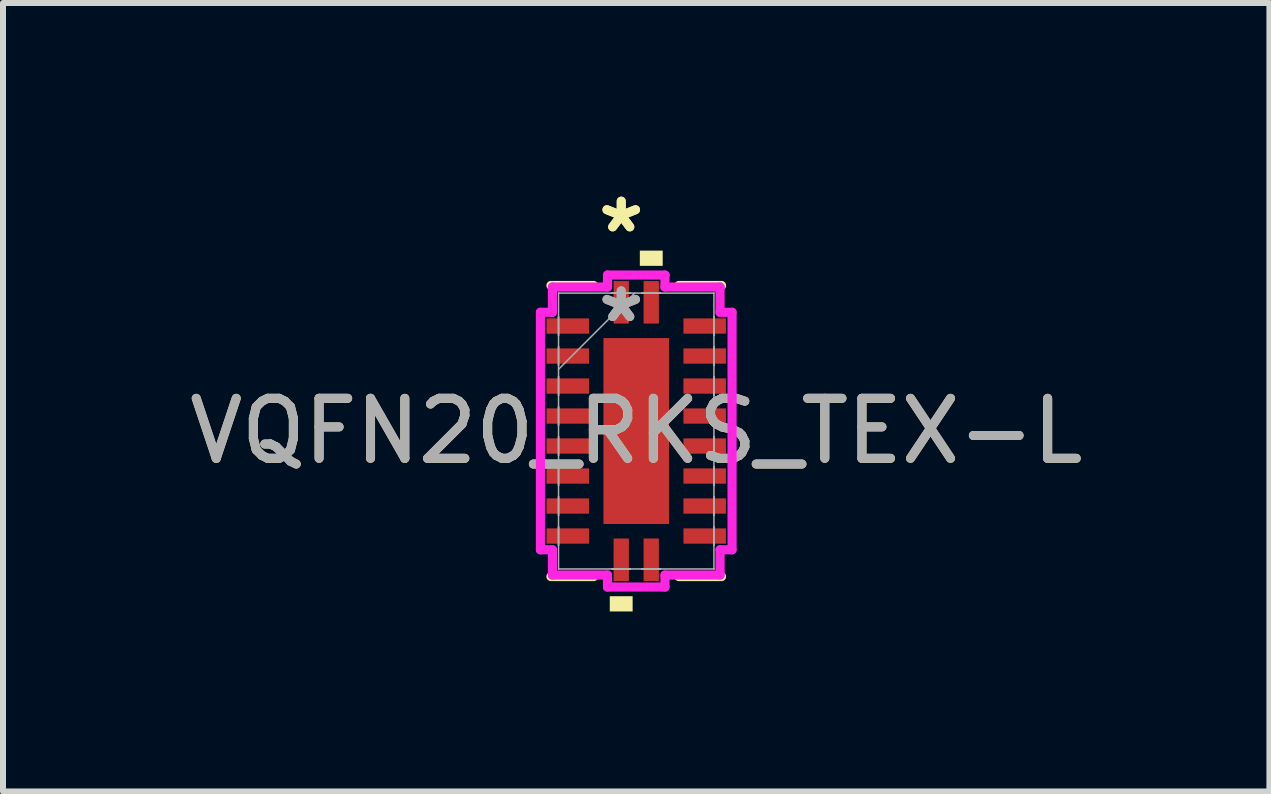
<source format=kicad_pcb>
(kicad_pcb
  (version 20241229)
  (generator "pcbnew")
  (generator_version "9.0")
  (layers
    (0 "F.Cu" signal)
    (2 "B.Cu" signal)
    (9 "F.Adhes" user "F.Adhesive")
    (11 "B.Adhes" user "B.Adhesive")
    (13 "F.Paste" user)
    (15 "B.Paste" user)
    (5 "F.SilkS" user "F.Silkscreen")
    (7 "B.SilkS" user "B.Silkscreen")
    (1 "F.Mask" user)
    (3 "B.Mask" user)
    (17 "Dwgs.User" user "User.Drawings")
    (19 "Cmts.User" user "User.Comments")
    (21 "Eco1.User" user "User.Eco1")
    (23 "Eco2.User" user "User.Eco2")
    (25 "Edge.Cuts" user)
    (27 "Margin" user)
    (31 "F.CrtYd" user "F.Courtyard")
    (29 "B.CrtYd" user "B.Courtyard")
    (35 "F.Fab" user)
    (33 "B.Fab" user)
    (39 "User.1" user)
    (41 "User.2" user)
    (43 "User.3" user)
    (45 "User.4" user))
  (footprint "VQFN20_RKS_TEX-L"
    (layer "F.Cu")
    (at 7.554 4.134)
    (property "Reference" "VQFN20_RKS_TEX-L" (at 0 0 0) (unlocked yes) (layer "F.SilkS") (effects (font (size 1 1) (thickness 0.15))))
    (attr smd)
    (fp_line (start -1.422 2.426) (end -0.71 2.426) (stroke (width 0.152) (type solid)) (layer "F.SilkS"))
    (fp_line (start -0.71 -2.426) (end -1.422 -2.426) (stroke (width 0.152) (type solid)) (layer "F.SilkS"))
    (fp_line (start 0.71 2.426) (end 1.422 2.426) (stroke (width 0.152) (type solid)) (layer "F.SilkS"))
    (fp_line (start 1.422 -2.426) (end 0.71 -2.426) (stroke (width 0.152) (type solid)) (layer "F.SilkS"))
    (fp_poly (pts (xy -0.441 2.753) (xy -0.441 3.007) (xy -0.06 3.007) (xy -0.06 2.753)) (stroke (width 0) (type solid)) (fill yes) (layer "F.SilkS"))
    (fp_poly (pts (xy 0.06 -2.753) (xy 0.06 -3.007) (xy 0.441 -3.007) (xy 0.441 -2.753)) (stroke (width 0) (type solid)) (fill yes) (layer "F.SilkS"))
    (fp_poly (pts (xy -0.446 -1.449) (xy -0.446 -0.1) (xy 0.446 -0.1) (xy 0.446 -1.449)) (stroke (width 0) (type solid)) (fill yes) (layer "F.Paste"))
    (fp_poly (pts (xy -0.446 0.1) (xy -0.446 1.449) (xy 0.446 1.449) (xy 0.446 0.1)) (stroke (width 0) (type solid)) (fill yes) (layer "F.Paste"))
    (fp_line (start -1.597 -1.979) (end -1.397 -1.979) (stroke (width 0.152) (type solid)) (layer "F.CrtYd"))
    (fp_line (start -1.597 1.979) (end -1.597 -1.979) (stroke (width 0.152) (type solid)) (layer "F.CrtYd"))
    (fp_line (start -1.397 -2.4) (end -0.479 -2.4) (stroke (width 0.152) (type solid)) (layer "F.CrtYd"))
    (fp_line (start -1.397 -1.979) (end -1.397 -2.4) (stroke (width 0.152) (type solid)) (layer "F.CrtYd"))
    (fp_line (start -1.397 1.979) (end -1.597 1.979) (stroke (width 0.152) (type solid)) (layer "F.CrtYd"))
    (fp_line (start -1.397 2.4) (end -1.397 1.979) (stroke (width 0.152) (type solid)) (layer "F.CrtYd"))
    (fp_line (start -0.479 -2.6) (end 0.479 -2.6) (stroke (width 0.152) (type solid)) (layer "F.CrtYd"))
    (fp_line (start -0.479 -2.4) (end -0.479 -2.6) (stroke (width 0.152) (type solid)) (layer "F.CrtYd"))
    (fp_line (start -0.479 2.4) (end -1.397 2.4) (stroke (width 0.152) (type solid)) (layer "F.CrtYd"))
    (fp_line (start -0.479 2.6) (end -0.479 2.4) (stroke (width 0.152) (type solid)) (layer "F.CrtYd"))
    (fp_line (start 0.479 -2.6) (end 0.479 -2.4) (stroke (width 0.152) (type solid)) (layer "F.CrtYd"))
    (fp_line (start 0.479 -2.4) (end 1.397 -2.4) (stroke (width 0.152) (type solid)) (layer "F.CrtYd"))
    (fp_line (start 0.479 2.4) (end 0.479 2.6) (stroke (width 0.152) (type solid)) (layer "F.CrtYd"))
    (fp_line (start 0.479 2.6) (end -0.479 2.6) (stroke (width 0.152) (type solid)) (layer "F.CrtYd"))
    (fp_line (start 1.397 -2.4) (end 1.397 -1.979) (stroke (width 0.152) (type solid)) (layer "F.CrtYd"))
    (fp_line (start 1.397 -1.979) (end 1.597 -1.979) (stroke (width 0.152) (type solid)) (layer "F.CrtYd"))
    (fp_line (start 1.397 1.979) (end 1.397 2.4) (stroke (width 0.152) (type solid)) (layer "F.CrtYd"))
    (fp_line (start 1.397 2.4) (end 0.479 2.4) (stroke (width 0.152) (type solid)) (layer "F.CrtYd"))
    (fp_line (start 1.597 -1.979) (end 1.597 1.979) (stroke (width 0.152) (type solid)) (layer "F.CrtYd"))
    (fp_line (start 1.597 1.979) (end 1.397 1.979) (stroke (width 0.152) (type solid)) (layer "F.CrtYd"))
    (fp_line (start -1.295 -2.299) (end -1.295 -2.299) (stroke (width 0.025) (type solid)) (layer "F.Fab"))
    (fp_line (start -1.295 -2.299) (end -1.295 2.299) (stroke (width 0.025) (type solid)) (layer "F.Fab"))
    (fp_line (start -1.295 -1.903) (end -1.295 -1.903) (stroke (width 0.025) (type solid)) (layer "F.Fab"))
    (fp_line (start -1.295 -1.903) (end -1.295 -1.598) (stroke (width 0.025) (type solid)) (layer "F.Fab"))
    (fp_line (start -1.295 -1.598) (end -1.295 -1.903) (stroke (width 0.025) (type solid)) (layer "F.Fab"))
    (fp_line (start -1.295 -1.598) (end -1.295 -1.598) (stroke (width 0.025) (type solid)) (layer "F.Fab"))
    (fp_line (start -1.295 -1.403) (end -1.295 -1.403) (stroke (width 0.025) (type solid)) (layer "F.Fab"))
    (fp_line (start -1.295 -1.403) (end -1.295 -1.098) (stroke (width 0.025) (type solid)) (layer "F.Fab"))
    (fp_line (start -1.295 -1.098) (end -1.295 -1.403) (stroke (width 0.025) (type solid)) (layer "F.Fab"))
    (fp_line (start -1.295 -1.098) (end -1.295 -1.098) (stroke (width 0.025) (type solid)) (layer "F.Fab"))
    (fp_line (start -1.295 -1.029) (end -0.025 -2.299) (stroke (width 0.025) (type solid)) (layer "F.Fab"))
    (fp_line (start -1.295 -0.903) (end -1.295 -0.903) (stroke (width 0.025) (type solid)) (layer "F.Fab"))
    (fp_line (start -1.295 -0.903) (end -1.295 -0.598) (stroke (width 0.025) (type solid)) (layer "F.Fab"))
    (fp_line (start -1.295 -0.598) (end -1.295 -0.903) (stroke (width 0.025) (type solid)) (layer "F.Fab"))
    (fp_line (start -1.295 -0.598) (end -1.295 -0.598) (stroke (width 0.025) (type solid)) (layer "F.Fab"))
    (fp_line (start -1.295 -0.402) (end -1.295 -0.402) (stroke (width 0.025) (type solid)) (layer "F.Fab"))
    (fp_line (start -1.295 -0.402) (end -1.295 -0.098) (stroke (width 0.025) (type solid)) (layer "F.Fab"))
    (fp_line (start -1.295 -0.098) (end -1.295 -0.402) (stroke (width 0.025) (type solid)) (layer "F.Fab"))
    (fp_line (start -1.295 -0.098) (end -1.295 -0.098) (stroke (width 0.025) (type solid)) (layer "F.Fab"))
    (fp_line (start -1.295 0.098) (end -1.295 0.098) (stroke (width 0.025) (type solid)) (layer "F.Fab"))
    (fp_line (start -1.295 0.098) (end -1.295 0.402) (stroke (width 0.025) (type solid)) (layer "F.Fab"))
    (fp_line (start -1.295 0.402) (end -1.295 0.098) (stroke (width 0.025) (type solid)) (layer "F.Fab"))
    (fp_line (start -1.295 0.402) (end -1.295 0.402) (stroke (width 0.025) (type solid)) (layer "F.Fab"))
    (fp_line (start -1.295 0.598) (end -1.295 0.598) (stroke (width 0.025) (type solid)) (layer "F.Fab"))
    (fp_line (start -1.295 0.598) (end -1.295 0.903) (stroke (width 0.025) (type solid)) (layer "F.Fab"))
    (fp_line (start -1.295 0.903) (end -1.295 0.598) (stroke (width 0.025) (type solid)) (layer "F.Fab"))
    (fp_line (start -1.295 0.903) (end -1.295 0.903) (stroke (width 0.025) (type solid)) (layer "F.Fab"))
    (fp_line (start -1.295 1.098) (end -1.295 1.098) (stroke (width 0.025) (type solid)) (layer "F.Fab"))
    (fp_line (start -1.295 1.098) (end -1.295 1.403) (stroke (width 0.025) (type solid)) (layer "F.Fab"))
    (fp_line (start -1.295 1.403) (end -1.295 1.098) (stroke (width 0.025) (type solid)) (layer "F.Fab"))
    (fp_line (start -1.295 1.403) (end -1.295 1.403) (stroke (width 0.025) (type solid)) (layer "F.Fab"))
    (fp_line (start -1.295 1.598) (end -1.295 1.598) (stroke (width 0.025) (type solid)) (layer "F.Fab"))
    (fp_line (start -1.295 1.598) (end -1.295 1.903) (stroke (width 0.025) (type solid)) (layer "F.Fab"))
    (fp_line (start -1.295 1.903) (end -1.295 1.598) (stroke (width 0.025) (type solid)) (layer "F.Fab"))
    (fp_line (start -1.295 1.903) (end -1.295 1.903) (stroke (width 0.025) (type solid)) (layer "F.Fab"))
    (fp_line (start -1.295 2.299) (end -1.295 2.299) (stroke (width 0.025) (type solid)) (layer "F.Fab"))
    (fp_line (start -1.295 2.299) (end 1.295 2.299) (stroke (width 0.025) (type solid)) (layer "F.Fab"))
    (fp_line (start -0.402 -2.299) (end -0.402 -2.299) (stroke (width 0.025) (type solid)) (layer "F.Fab"))
    (fp_line (start -0.402 -2.299) (end -0.098 -2.299) (stroke (width 0.025) (type solid)) (layer "F.Fab"))
    (fp_line (start -0.402 2.299) (end -0.402 2.299) (stroke (width 0.025) (type solid)) (layer "F.Fab"))
    (fp_line (start -0.402 2.299) (end -0.098 2.299) (stroke (width 0.025) (type solid)) (layer "F.Fab"))
    (fp_line (start -0.098 -2.299) (end -0.402 -2.299) (stroke (width 0.025) (type solid)) (layer "F.Fab"))
    (fp_line (start -0.098 -2.299) (end -0.098 -2.299) (stroke (width 0.025) (type solid)) (layer "F.Fab"))
    (fp_line (start -0.098 2.299) (end -0.402 2.299) (stroke (width 0.025) (type solid)) (layer "F.Fab"))
    (fp_line (start -0.098 2.299) (end -0.098 2.299) (stroke (width 0.025) (type solid)) (layer "F.Fab"))
    (fp_line (start 0.098 -2.299) (end 0.098 -2.299) (stroke (width 0.025) (type solid)) (layer "F.Fab"))
    (fp_line (start 0.098 -2.299) (end 0.402 -2.299) (stroke (width 0.025) (type solid)) (layer "F.Fab"))
    (fp_line (start 0.098 2.299) (end 0.098 2.299) (stroke (width 0.025) (type solid)) (layer "F.Fab"))
    (fp_line (start 0.098 2.299) (end 0.402 2.299) (stroke (width 0.025) (type solid)) (layer "F.Fab"))
    (fp_line (start 0.402 -2.299) (end 0.098 -2.299) (stroke (width 0.025) (type solid)) (layer "F.Fab"))
    (fp_line (start 0.402 -2.299) (end 0.402 -2.299) (stroke (width 0.025) (type solid)) (layer "F.Fab"))
    (fp_line (start 0.402 2.299) (end 0.098 2.299) (stroke (width 0.025) (type solid)) (layer "F.Fab"))
    (fp_line (start 0.402 2.299) (end 0.402 2.299) (stroke (width 0.025) (type solid)) (layer "F.Fab"))
    (fp_line (start 1.295 -2.299) (end -1.295 -2.299) (stroke (width 0.025) (type solid)) (layer "F.Fab"))
    (fp_line (start 1.295 -2.299) (end 1.295 -2.299) (stroke (width 0.025) (type solid)) (layer "F.Fab"))
    (fp_line (start 1.295 -1.903) (end 1.295 -1.903) (stroke (width 0.025) (type solid)) (layer "F.Fab"))
    (fp_line (start 1.295 -1.903) (end 1.295 -1.598) (stroke (width 0.025) (type solid)) (layer "F.Fab"))
    (fp_line (start 1.295 -1.598) (end 1.295 -1.903) (stroke (width 0.025) (type solid)) (layer "F.Fab"))
    (fp_line (start 1.295 -1.598) (end 1.295 -1.598) (stroke (width 0.025) (type solid)) (layer "F.Fab"))
    (fp_line (start 1.295 -1.403) (end 1.295 -1.403) (stroke (width 0.025) (type solid)) (layer "F.Fab"))
    (fp_line (start 1.295 -1.403) (end 1.295 -1.098) (stroke (width 0.025) (type solid)) (layer "F.Fab"))
    (fp_line (start 1.295 -1.098) (end 1.295 -1.403) (stroke (width 0.025) (type solid)) (layer "F.Fab"))
    (fp_line (start 1.295 -1.098) (end 1.295 -1.098) (stroke (width 0.025) (type solid)) (layer "F.Fab"))
    (fp_line (start 1.295 -0.903) (end 1.295 -0.903) (stroke (width 0.025) (type solid)) (layer "F.Fab"))
    (fp_line (start 1.295 -0.903) (end 1.295 -0.598) (stroke (width 0.025) (type solid)) (layer "F.Fab"))
    (fp_line (start 1.295 -0.598) (end 1.295 -0.903) (stroke (width 0.025) (type solid)) (layer "F.Fab"))
    (fp_line (start 1.295 -0.598) (end 1.295 -0.598) (stroke (width 0.025) (type solid)) (layer "F.Fab"))
    (fp_line (start 1.295 -0.402) (end 1.295 -0.402) (stroke (width 0.025) (type solid)) (layer "F.Fab"))
    (fp_line (start 1.295 -0.402) (end 1.295 -0.098) (stroke (width 0.025) (type solid)) (layer "F.Fab"))
    (fp_line (start 1.295 -0.098) (end 1.295 -0.402) (stroke (width 0.025) (type solid)) (layer "F.Fab"))
    (fp_line (start 1.295 -0.098) (end 1.295 -0.098) (stroke (width 0.025) (type solid)) (layer "F.Fab"))
    (fp_line (start 1.295 0.098) (end 1.295 0.098) (stroke (width 0.025) (type solid)) (layer "F.Fab"))
    (fp_line (start 1.295 0.098) (end 1.295 0.402) (stroke (width 0.025) (type solid)) (layer "F.Fab"))
    (fp_line (start 1.295 0.402) (end 1.295 0.098) (stroke (width 0.025) (type solid)) (layer "F.Fab"))
    (fp_line (start 1.295 0.402) (end 1.295 0.402) (stroke (width 0.025) (type solid)) (layer "F.Fab"))
    (fp_line (start 1.295 0.598) (end 1.295 0.598) (stroke (width 0.025) (type solid)) (layer "F.Fab"))
    (fp_line (start 1.295 0.598) (end 1.295 0.903) (stroke (width 0.025) (type solid)) (layer "F.Fab"))
    (fp_line (start 1.295 0.903) (end 1.295 0.598) (stroke (width 0.025) (type solid)) (layer "F.Fab"))
    (fp_line (start 1.295 0.903) (end 1.295 0.903) (stroke (width 0.025) (type solid)) (layer "F.Fab"))
    (fp_line (start 1.295 1.098) (end 1.295 1.098) (stroke (width 0.025) (type solid)) (layer "F.Fab"))
    (fp_line (start 1.295 1.098) (end 1.295 1.403) (stroke (width 0.025) (type solid)) (layer "F.Fab"))
    (fp_line (start 1.295 1.403) (end 1.295 1.098) (stroke (width 0.025) (type solid)) (layer "F.Fab"))
    (fp_line (start 1.295 1.403) (end 1.295 1.403) (stroke (width 0.025) (type solid)) (layer "F.Fab"))
    (fp_line (start 1.295 1.598) (end 1.295 1.598) (stroke (width 0.025) (type solid)) (layer "F.Fab"))
    (fp_line (start 1.295 1.598) (end 1.295 1.903) (stroke (width 0.025) (type solid)) (layer "F.Fab"))
    (fp_line (start 1.295 1.903) (end 1.295 1.598) (stroke (width 0.025) (type solid)) (layer "F.Fab"))
    (fp_line (start 1.295 1.903) (end 1.295 1.903) (stroke (width 0.025) (type solid)) (layer "F.Fab"))
    (fp_line (start 1.295 2.299) (end 1.295 -2.299) (stroke (width 0.025) (type solid)) (layer "F.Fab"))
    (fp_line (start 1.295 2.299) (end 1.295 2.299) (stroke (width 0.025) (type solid)) (layer "F.Fab"))
    (fp_text user "*" (at -0.25 -3.286 0) (layer "F.SilkS") (effects (font (size 1 1) (thickness 0.15))))
    (fp_text user "*" (at -0.25 -3.286 0) (unlocked yes) (layer "F.SilkS") (effects (font (size 1 1) (thickness 0.15))))
    (fp_text user "*" (at -0.25 -1.791 0) (unlocked yes) (layer "F.Fab") (effects (font (size 1 1) (thickness 0.15))))
    (fp_text user "*" (at -0.25 -1.791 0) (layer "F.Fab") (effects (font (size 1 1) (thickness 0.15))))
    (fp_text user "${REFERENCE}" (at 0 0 0) (unlocked yes) (layer "F.Fab") (effects (font (size 1 1) (thickness 0.15))))
    (pad "1" smd rect (at -0.25 -2.145) (size 0.255 0.708) (layers "F.Cu" "F.Mask" "F.Paste"))
    (pad "2" smd rect (at -1.141 -1.75 90) (size 0.255 0.708) (layers "F.Cu" "F.Mask" "F.Paste"))
    (pad "3" smd rect (at -1.141 -1.25 90) (size 0.255 0.708) (layers "F.Cu" "F.Mask" "F.Paste"))
    (pad "4" smd rect (at -1.141 -0.75 90) (size 0.255 0.708) (layers "F.Cu" "F.Mask" "F.Paste"))
    (pad "5" smd rect (at -1.141 -0.25 90) (size 0.255 0.708) (layers "F.Cu" "F.Mask" "F.Paste"))
    (pad "6" smd rect (at -1.141 0.25 90) (size 0.255 0.708) (layers "F.Cu" "F.Mask" "F.Paste"))
    (pad "7" smd rect (at -1.141 0.75 90) (size 0.255 0.708) (layers "F.Cu" "F.Mask" "F.Paste"))
    (pad "8" smd rect (at -1.141 1.25 90) (size 0.255 0.708) (layers "F.Cu" "F.Mask" "F.Paste"))
    (pad "9" smd rect (at -1.141 1.75 90) (size 0.255 0.708) (layers "F.Cu" "F.Mask" "F.Paste"))
    (pad "10" smd rect (at -0.25 2.145) (size 0.255 0.708) (layers "F.Cu" "F.Mask" "F.Paste"))
    (pad "11" smd rect (at 0.25 2.145) (size 0.255 0.708) (layers "F.Cu" "F.Mask" "F.Paste"))
    (pad "12" smd rect (at 1.141 1.75 90) (size 0.255 0.708) (layers "F.Cu" "F.Mask" "F.Paste"))
    (pad "13" smd rect (at 1.141 1.25 90) (size 0.255 0.708) (layers "F.Cu" "F.Mask" "F.Paste"))
    (pad "14" smd rect (at 1.141 0.75 90) (size 0.255 0.708) (layers "F.Cu" "F.Mask" "F.Paste"))
    (pad "15" smd rect (at 1.141 0.25 90) (size 0.255 0.708) (layers "F.Cu" "F.Mask" "F.Paste"))
    (pad "16" smd rect (at 1.141 -0.25 90) (size 0.255 0.708) (layers "F.Cu" "F.Mask" "F.Paste"))
    (pad "17" smd rect (at 1.141 -0.75 90) (size 0.255 0.708) (layers "F.Cu" "F.Mask" "F.Paste"))
    (pad "18" smd rect (at 1.141 -1.25 90) (size 0.255 0.708) (layers "F.Cu" "F.Mask" "F.Paste"))
    (pad "19" smd rect (at 1.141 -1.75 90) (size 0.255 0.708) (layers "F.Cu" "F.Mask" "F.Paste"))
    (pad "20" smd rect (at 0.25 -2.145) (size 0.255 0.708) (layers "F.Cu" "F.Mask" "F.Paste"))
    (pad "21" smd rect (at 0 0) (size 1.092 3.099) (layers "F.Cu" "F.Mask" "F.Paste")))
  (gr_rect
    (start -3 -3)
    (end 18.107 10.141)
    (stroke (width 0.1) (type default))
    (fill no)
    (layer "Edge.Cuts")))
</source>
